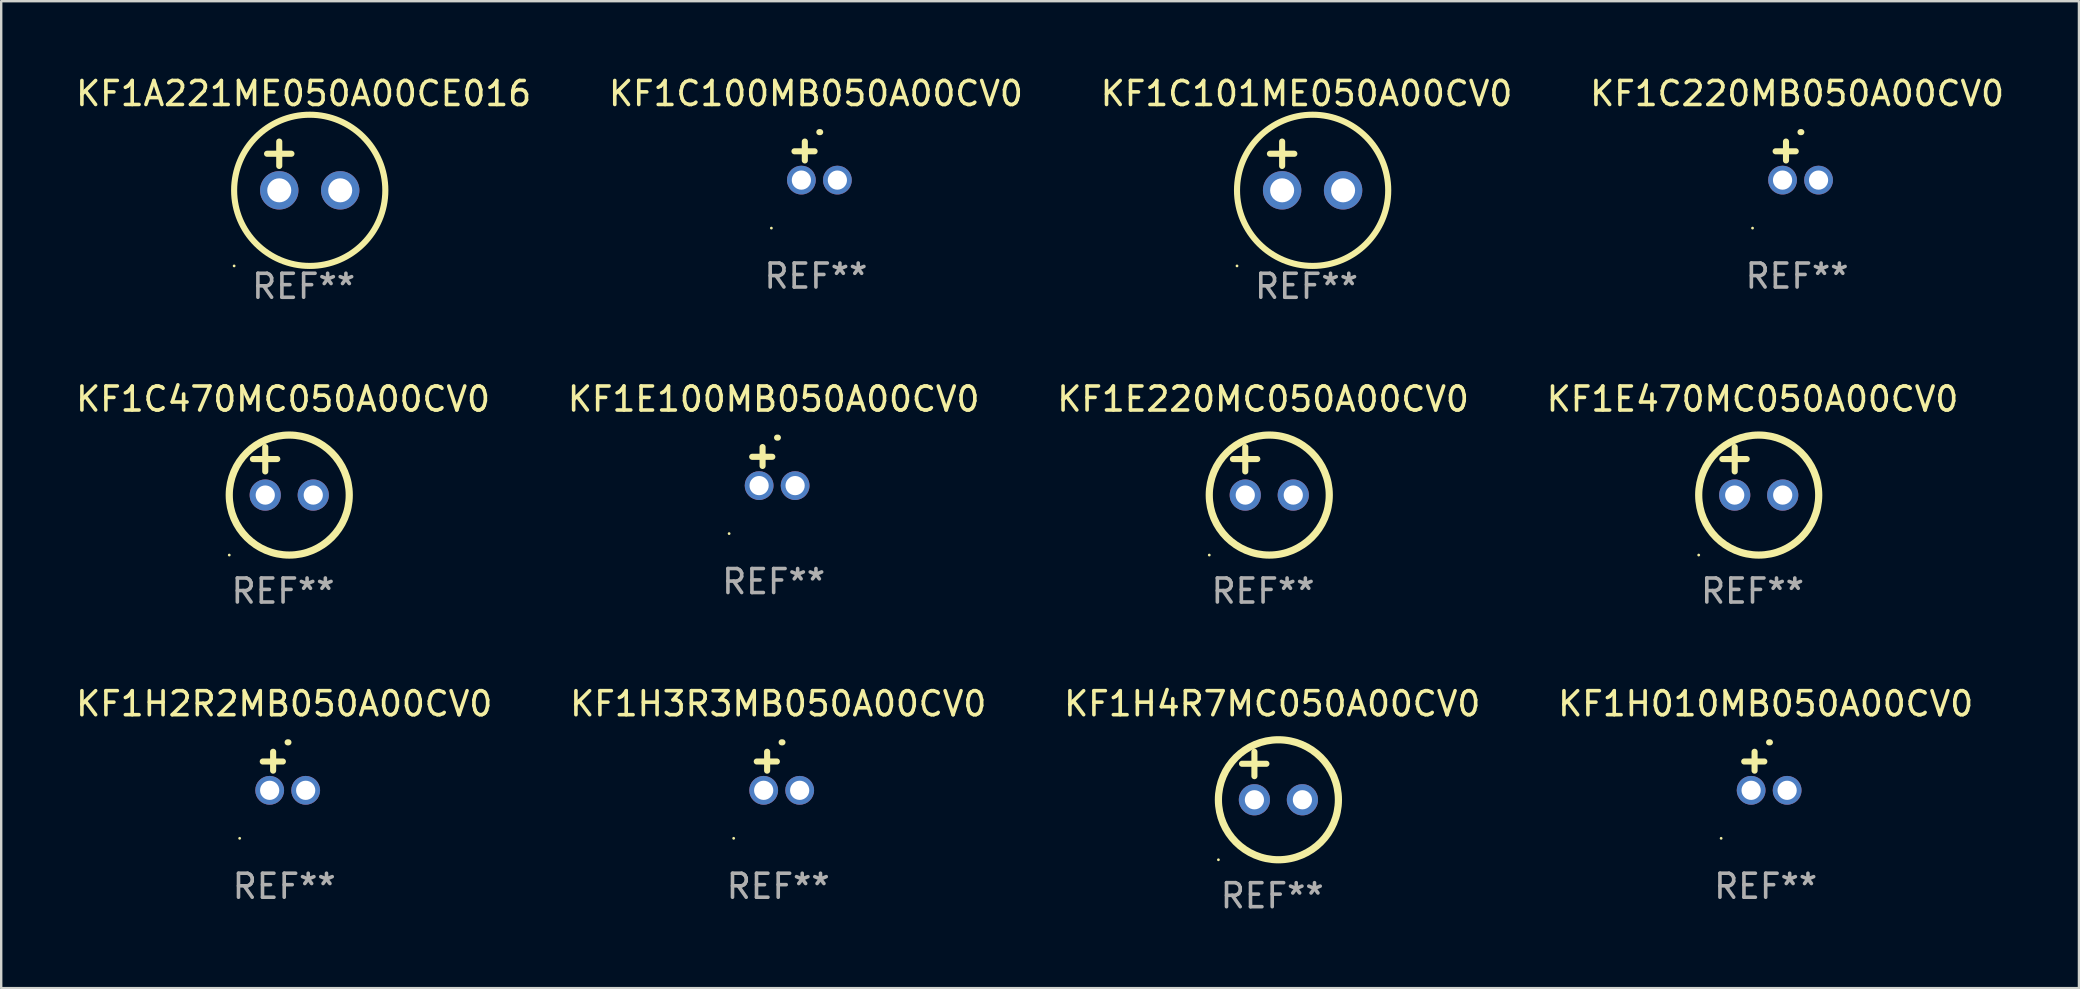
<source format=kicad_pcb>
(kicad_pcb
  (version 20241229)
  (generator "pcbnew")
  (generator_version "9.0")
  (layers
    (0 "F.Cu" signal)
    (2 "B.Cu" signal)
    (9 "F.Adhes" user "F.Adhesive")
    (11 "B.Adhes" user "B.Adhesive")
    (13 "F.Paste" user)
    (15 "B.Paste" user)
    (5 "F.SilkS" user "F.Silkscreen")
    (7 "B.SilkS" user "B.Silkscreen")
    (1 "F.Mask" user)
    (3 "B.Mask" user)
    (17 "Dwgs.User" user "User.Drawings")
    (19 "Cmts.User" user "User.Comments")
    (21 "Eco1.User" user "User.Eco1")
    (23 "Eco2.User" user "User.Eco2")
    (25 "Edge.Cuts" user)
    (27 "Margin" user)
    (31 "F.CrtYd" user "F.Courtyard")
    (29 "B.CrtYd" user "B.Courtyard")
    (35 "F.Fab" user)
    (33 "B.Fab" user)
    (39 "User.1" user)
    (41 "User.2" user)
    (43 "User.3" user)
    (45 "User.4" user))
  (footprint "KF1H2R2MB050A00CV0"
    (layer "F.Cu")
    (at 8.792 29.076)
    (property "Reference" "KF1H2R2MB050A00CV0" (at 0 -2.803 0) (layer "F.SilkS") (effects (font (size 1 1) (thickness 0.15))))
    (attr through_hole)
    (fp_line (start -0.462 -0.016) (end -0.462 -0.803) (stroke (width 0.254) (type solid)) (layer "F.SilkS"))
    (fp_line (start -0.056 -0.397) (end -0.894 -0.397) (stroke (width 0.254) (type solid)) (layer "F.SilkS"))
    (fp_arc (start 0.142799 -1.195784) (mid 0.159309 -1.195852) (end 0.175819 -1.195784) (stroke (width 0.254001) (type solid)) (layer "F.SilkS"))
    (fp_circle (center -1.856 2.803) (end -1.826 2.803) (stroke (width 0.06) (type solid)) (fill no) (layer "F.SilkS"))
    (fp_text user "REF**" (at 0 4.803 0) (layer "F.Fab") (effects (font (size 1 1) (thickness 0.15))))
    (pad "1" thru_hole circle (at -0.606 0.803) (size 1.2 1.2) (drill 0.8) (layers "*.Cu" "*.Mask"))
    (pad "2" thru_hole circle (at 0.894 0.803) (size 1.2 1.2) (drill 0.8) (layers "*.Cu" "*.Mask")))
  (footprint "KF1C220MB050A00CV0"
    (layer "F.Cu")
    (at 71.827 3.651)
    (property "Reference" "KF1C220MB050A00CV0" (at 0 -2.803 0) (layer "F.SilkS") (effects (font (size 1 1) (thickness 0.15))))
    (attr through_hole)
    (fp_line (start -0.462 -0.016) (end -0.462 -0.803) (stroke (width 0.254) (type solid)) (layer "F.SilkS"))
    (fp_line (start -0.056 -0.397) (end -0.894 -0.397) (stroke (width 0.254) (type solid)) (layer "F.SilkS"))
    (fp_arc (start 0.142799 -1.195784) (mid 0.159309 -1.195852) (end 0.175819 -1.195784) (stroke (width 0.254001) (type solid)) (layer "F.SilkS"))
    (fp_circle (center -1.856 2.803) (end -1.826 2.803) (stroke (width 0.06) (type solid)) (fill no) (layer "F.SilkS"))
    (fp_text user "REF**" (at 0 4.803 0) (layer "F.Fab") (effects (font (size 1 1) (thickness 0.15))))
    (pad "1" thru_hole circle (at -0.606 0.803) (size 1.2 1.2) (drill 0.8) (layers "*.Cu" "*.Mask"))
    (pad "2" thru_hole circle (at 0.894 0.803) (size 1.2 1.2) (drill 0.8) (layers "*.Cu" "*.Mask")))
  (footprint "KF1H3R3MB050A00CV0"
    (layer "F.Cu")
    (at 29.375 29.076)
    (property "Reference" "KF1H3R3MB050A00CV0" (at 0 -2.803 0) (layer "F.SilkS") (effects (font (size 1 1) (thickness 0.15))))
    (attr through_hole)
    (fp_line (start -0.462 -0.016) (end -0.462 -0.803) (stroke (width 0.254) (type solid)) (layer "F.SilkS"))
    (fp_line (start -0.056 -0.397) (end -0.894 -0.397) (stroke (width 0.254) (type solid)) (layer "F.SilkS"))
    (fp_arc (start 0.142799 -1.195784) (mid 0.159309 -1.195852) (end 0.175819 -1.195784) (stroke (width 0.254001) (type solid)) (layer "F.SilkS"))
    (fp_circle (center -1.856 2.803) (end -1.826 2.803) (stroke (width 0.06) (type solid)) (fill no) (layer "F.SilkS"))
    (fp_text user "REF**" (at 0 4.803 0) (layer "F.Fab") (effects (font (size 1 1) (thickness 0.15))))
    (pad "1" thru_hole circle (at -0.606 0.803) (size 1.2 1.2) (drill 0.8) (layers "*.Cu" "*.Mask"))
    (pad "2" thru_hole circle (at 0.894 0.803) (size 1.2 1.2) (drill 0.8) (layers "*.Cu" "*.Mask")))
  (footprint "KF1H010MB050A00CV0"
    (layer "F.Cu")
    (at 70.518 29.076)
    (property "Reference" "KF1H010MB050A00CV0" (at 0 -2.803 0) (layer "F.SilkS") (effects (font (size 1 1) (thickness 0.15))))
    (attr through_hole)
    (fp_line (start -0.462 -0.016) (end -0.462 -0.803) (stroke (width 0.254) (type solid)) (layer "F.SilkS"))
    (fp_line (start -0.056 -0.397) (end -0.894 -0.397) (stroke (width 0.254) (type solid)) (layer "F.SilkS"))
    (fp_arc (start 0.142799 -1.195784) (mid 0.159309 -1.195852) (end 0.175819 -1.195784) (stroke (width 0.254001) (type solid)) (layer "F.SilkS"))
    (fp_circle (center -1.856 2.803) (end -1.826 2.803) (stroke (width 0.06) (type solid)) (fill no) (layer "F.SilkS"))
    (fp_text user "REF**" (at 0 4.803 0) (layer "F.Fab") (effects (font (size 1 1) (thickness 0.15))))
    (pad "1" thru_hole circle (at -0.606 0.803) (size 1.2 1.2) (drill 0.8) (layers "*.Cu" "*.Mask"))
    (pad "2" thru_hole circle (at 0.894 0.803) (size 1.2 1.2) (drill 0.8) (layers "*.Cu" "*.Mask")))
  (footprint "KF1C470MC050A00CV0"
    (layer "F.Cu")
    (at 8.744 16.577)
    (property "Reference" "KF1C470MC050A00CV0" (at 0 -3 0) (layer "F.SilkS") (effects (font (size 1 1) (thickness 0.15))))
    (attr through_hole)
    (fp_line (start -1.258 -0.5) (end -0.242 -0.5) (stroke (width 0.254) (type solid)) (layer "F.SilkS"))
    (fp_line (start -0.742 -1) (end -0.742 0.016) (stroke (width 0.254) (type solid)) (layer "F.SilkS"))
    (fp_circle (center -2.242 3.5) (end -2.212 3.5) (stroke (width 0.06) (type solid)) (fill no) (layer "F.SilkS"))
    (fp_circle (center 0.258 1) (end 2.758 1) (stroke (width 0.3) (type solid)) (fill no) (layer "F.SilkS"))
    (fp_text user "REF**" (at 0 5 0) (layer "F.Fab") (effects (font (size 1 1) (thickness 0.15))))
    (pad "1" thru_hole circle (at -0.742 1) (size 1.3 1.3) (drill 0.8) (layers "*.Cu" "*.Mask"))
    (pad "2" thru_hole circle (at 1.258 1) (size 1.3 1.3) (drill 0.8) (layers "*.Cu" "*.Mask")))
  (footprint "KF1E470MC050A00CV0"
    (layer "F.Cu")
    (at 69.97 16.577)
    (property "Reference" "KF1E470MC050A00CV0" (at 0 -3 0) (layer "F.SilkS") (effects (font (size 1 1) (thickness 0.15))))
    (attr through_hole)
    (fp_line (start -1.258 -0.5) (end -0.242 -0.5) (stroke (width 0.254) (type solid)) (layer "F.SilkS"))
    (fp_line (start -0.742 -1) (end -0.742 0.016) (stroke (width 0.254) (type solid)) (layer "F.SilkS"))
    (fp_circle (center -2.242 3.5) (end -2.212 3.5) (stroke (width 0.06) (type solid)) (fill no) (layer "F.SilkS"))
    (fp_circle (center 0.258 1) (end 2.758 1) (stroke (width 0.3) (type solid)) (fill no) (layer "F.SilkS"))
    (fp_text user "REF**" (at 0 5 0) (layer "F.Fab") (effects (font (size 1 1) (thickness 0.15))))
    (pad "1" thru_hole circle (at -0.742 1) (size 1.3 1.3) (drill 0.8) (layers "*.Cu" "*.Mask"))
    (pad "2" thru_hole circle (at 1.258 1) (size 1.3 1.3) (drill 0.8) (layers "*.Cu" "*.Mask")))
  (footprint "KF1A221ME050A00CE016"
    (layer "F.Cu")
    (at 9.601 3.864)
    (property "Reference" "KF1A221ME050A00CE016" (at 0 -3.016 0) (layer "F.SilkS") (effects (font (size 1 1) (thickness 0.15))))
    (attr through_hole)
    (fp_line (start -1.524 -0.508) (end -0.508 -0.508) (stroke (width 0.254) (type solid)) (layer "F.SilkS"))
    (fp_line (start -1.016 -1.016) (end -1.016 0) (stroke (width 0.254) (type solid)) (layer "F.SilkS"))
    (fp_circle (center -2.896 4.166) (end -2.866 4.166) (stroke (width 0.06) (type solid)) (fill no) (layer "F.SilkS"))
    (fp_circle (center 0.254 1.016) (end 3.404 1.016) (stroke (width 0.254) (type solid)) (fill no) (layer "F.SilkS"))
    (fp_text user "REF**" (at 0 5.016 0) (layer "F.Fab") (effects (font (size 1 1) (thickness 0.15))))
    (pad "1" thru_hole circle (at -1.016 1.016) (size 1.6 1.6) (drill 1) (layers "*.Cu" "*.Mask"))
    (pad "2" thru_hole circle (at 1.524 1.016) (size 1.6 1.6) (drill 1) (layers "*.Cu" "*.Mask")))
  (footprint "KF1E220MC050A00CV0"
    (layer "F.Cu")
    (at 49.577 16.577)
    (property "Reference" "KF1E220MC050A00CV0" (at 0 -3 0) (layer "F.SilkS") (effects (font (size 1 1) (thickness 0.15))))
    (attr through_hole)
    (fp_line (start -1.258 -0.5) (end -0.242 -0.5) (stroke (width 0.254) (type solid)) (layer "F.SilkS"))
    (fp_line (start -0.742 -1) (end -0.742 0.016) (stroke (width 0.254) (type solid)) (layer "F.SilkS"))
    (fp_circle (center -2.242 3.5) (end -2.212 3.5) (stroke (width 0.06) (type solid)) (fill no) (layer "F.SilkS"))
    (fp_circle (center 0.258 1) (end 2.758 1) (stroke (width 0.3) (type solid)) (fill no) (layer "F.SilkS"))
    (fp_text user "REF**" (at 0 5 0) (layer "F.Fab") (effects (font (size 1 1) (thickness 0.15))))
    (pad "1" thru_hole circle (at -0.742 1) (size 1.3 1.3) (drill 0.8) (layers "*.Cu" "*.Mask"))
    (pad "2" thru_hole circle (at 1.258 1) (size 1.3 1.3) (drill 0.8) (layers "*.Cu" "*.Mask")))
  (footprint "KF1E100MB050A00CV0"
    (layer "F.Cu")
    (at 29.185 16.38)
    (property "Reference" "KF1E100MB050A00CV0" (at 0 -2.803 0) (layer "F.SilkS") (effects (font (size 1 1) (thickness 0.15))))
    (attr through_hole)
    (fp_line (start -0.462 -0.016) (end -0.462 -0.803) (stroke (width 0.254) (type solid)) (layer "F.SilkS"))
    (fp_line (start -0.056 -0.397) (end -0.894 -0.397) (stroke (width 0.254) (type solid)) (layer "F.SilkS"))
    (fp_arc (start 0.142799 -1.195784) (mid 0.159309 -1.195852) (end 0.175819 -1.195784) (stroke (width 0.254001) (type solid)) (layer "F.SilkS"))
    (fp_circle (center -1.856 2.803) (end -1.826 2.803) (stroke (width 0.06) (type solid)) (fill no) (layer "F.SilkS"))
    (fp_text user "REF**" (at 0 4.803 0) (layer "F.Fab") (effects (font (size 1 1) (thickness 0.15))))
    (pad "1" thru_hole circle (at -0.606 0.803) (size 1.2 1.2) (drill 0.8) (layers "*.Cu" "*.Mask"))
    (pad "2" thru_hole circle (at 0.894 0.803) (size 1.2 1.2) (drill 0.8) (layers "*.Cu" "*.Mask")))
  (footprint "KF1C101ME050A00CV0"
    (layer "F.Cu")
    (at 51.387 3.864)
    (property "Reference" "KF1C101ME050A00CV0" (at 0 -3.016 0) (layer "F.SilkS") (effects (font (size 1 1) (thickness 0.15))))
    (attr through_hole)
    (fp_line (start -1.524 -0.508) (end -0.508 -0.508) (stroke (width 0.254) (type solid)) (layer "F.SilkS"))
    (fp_line (start -1.016 -1.016) (end -1.016 0) (stroke (width 0.254) (type solid)) (layer "F.SilkS"))
    (fp_circle (center -2.896 4.166) (end -2.866 4.166) (stroke (width 0.06) (type solid)) (fill no) (layer "F.SilkS"))
    (fp_circle (center 0.254 1.016) (end 3.404 1.016) (stroke (width 0.254) (type solid)) (fill no) (layer "F.SilkS"))
    (fp_text user "REF**" (at 0 5.016 0) (layer "F.Fab") (effects (font (size 1 1) (thickness 0.15))))
    (pad "1" thru_hole circle (at -1.016 1.016) (size 1.6 1.6) (drill 1) (layers "*.Cu" "*.Mask"))
    (pad "2" thru_hole circle (at 1.524 1.016) (size 1.6 1.6) (drill 1) (layers "*.Cu" "*.Mask")))
  (footprint "KF1H4R7MC050A00CV0"
    (layer "F.Cu")
    (at 49.958 29.273)
    (property "Reference" "KF1H4R7MC050A00CV0" (at 0 -3 0) (layer "F.SilkS") (effects (font (size 1 1) (thickness 0.15))))
    (attr through_hole)
    (fp_line (start -1.258 -0.5) (end -0.242 -0.5) (stroke (width 0.254) (type solid)) (layer "F.SilkS"))
    (fp_line (start -0.742 -1) (end -0.742 0.016) (stroke (width 0.254) (type solid)) (layer "F.SilkS"))
    (fp_circle (center -2.242 3.5) (end -2.212 3.5) (stroke (width 0.06) (type solid)) (fill no) (layer "F.SilkS"))
    (fp_circle (center 0.258 1) (end 2.758 1) (stroke (width 0.3) (type solid)) (fill no) (layer "F.SilkS"))
    (fp_text user "REF**" (at 0 5 0) (layer "F.Fab") (effects (font (size 1 1) (thickness 0.15))))
    (pad "1" thru_hole circle (at -0.742 1) (size 1.3 1.3) (drill 0.8) (layers "*.Cu" "*.Mask"))
    (pad "2" thru_hole circle (at 1.258 1) (size 1.3 1.3) (drill 0.8) (layers "*.Cu" "*.Mask")))
  (footprint "KF1C100MB050A00CV0"
    (layer "F.Cu")
    (at 30.946 3.651)
    (property "Reference" "KF1C100MB050A00CV0" (at 0 -2.803 0) (layer "F.SilkS") (effects (font (size 1 1) (thickness 0.15))))
    (attr through_hole)
    (fp_line (start -0.462 -0.016) (end -0.462 -0.803) (stroke (width 0.254) (type solid)) (layer "F.SilkS"))
    (fp_line (start -0.056 -0.397) (end -0.894 -0.397) (stroke (width 0.254) (type solid)) (layer "F.SilkS"))
    (fp_arc (start 0.142799 -1.195784) (mid 0.159309 -1.195852) (end 0.175819 -1.195784) (stroke (width 0.254001) (type solid)) (layer "F.SilkS"))
    (fp_circle (center -1.856 2.803) (end -1.826 2.803) (stroke (width 0.06) (type solid)) (fill no) (layer "F.SilkS"))
    (fp_text user "REF**" (at 0 4.803 0) (layer "F.Fab") (effects (font (size 1 1) (thickness 0.15))))
    (pad "1" thru_hole circle (at -0.606 0.803) (size 1.2 1.2) (drill 0.8) (layers "*.Cu" "*.Mask"))
    (pad "2" thru_hole circle (at 0.894 0.803) (size 1.2 1.2) (drill 0.8) (layers "*.Cu" "*.Mask")))
  (gr_rect
    (start -3 -3)
    (end 83.571 38.122)
    (stroke (width 0.1) (type default))
    (fill no)
    (layer "Edge.Cuts")))
</source>
